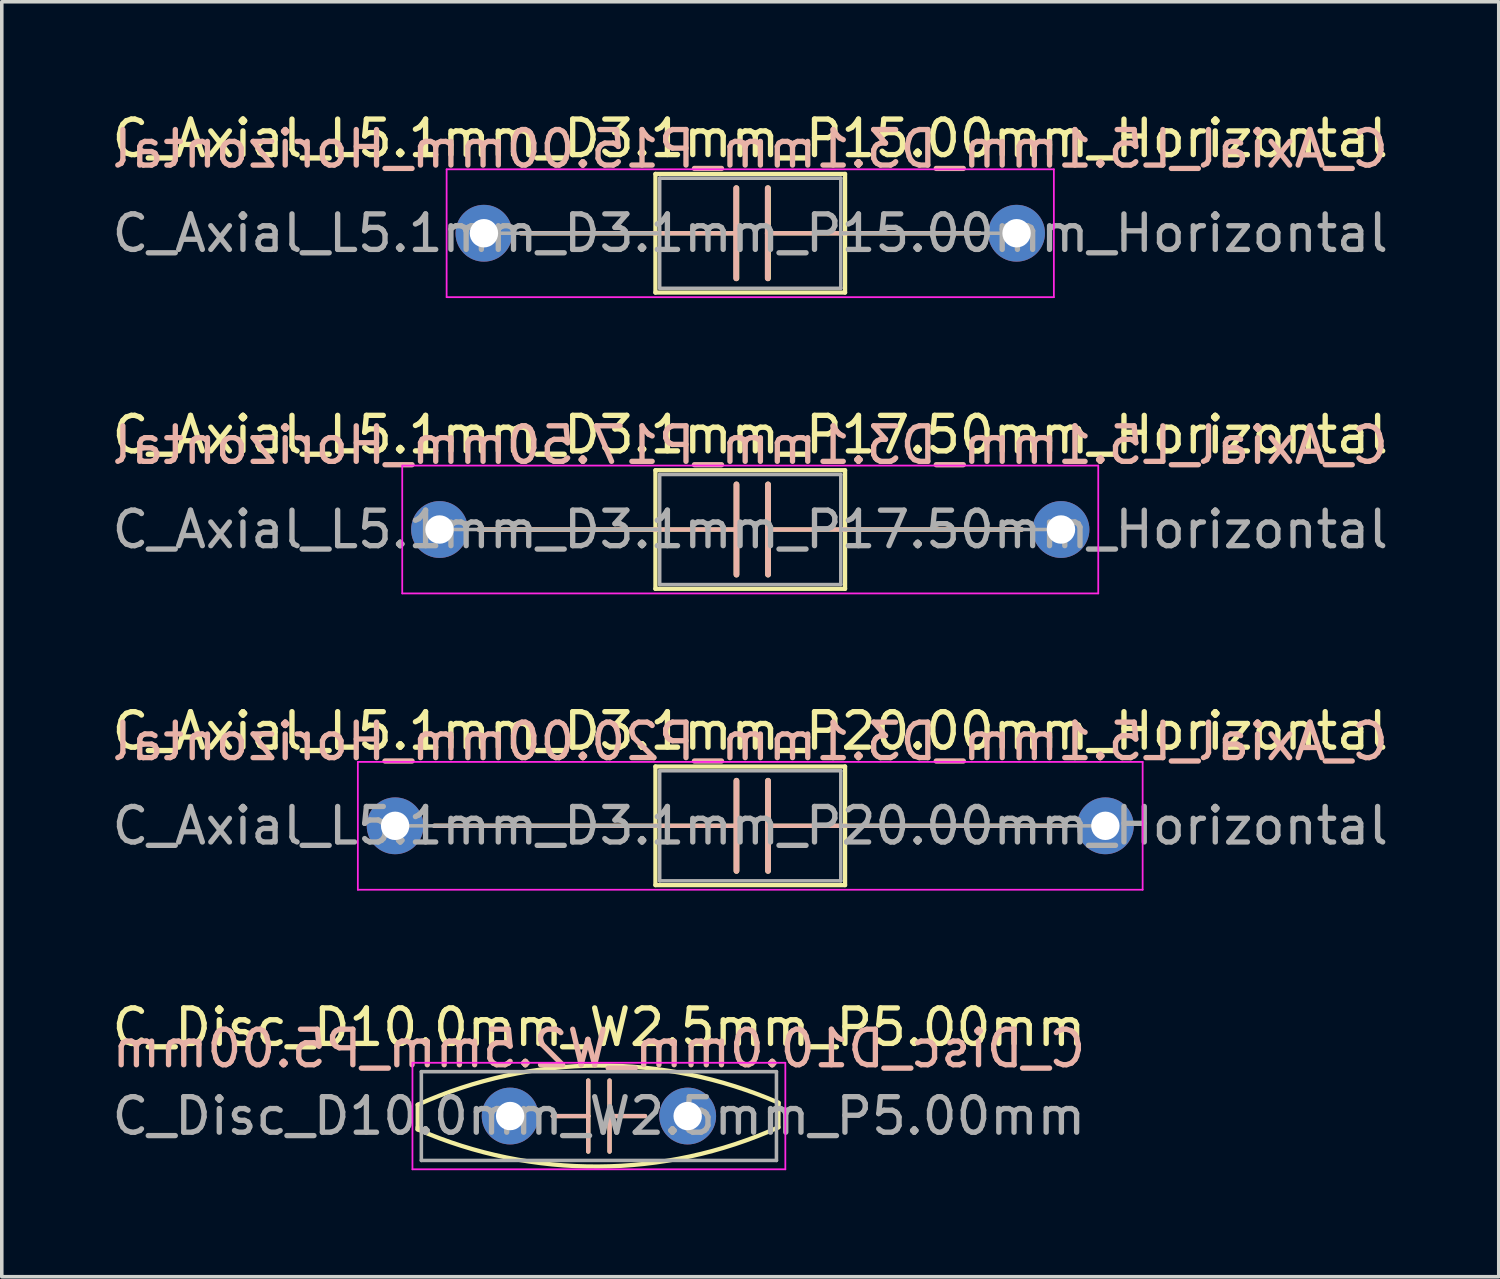
<source format=kicad_pcb>
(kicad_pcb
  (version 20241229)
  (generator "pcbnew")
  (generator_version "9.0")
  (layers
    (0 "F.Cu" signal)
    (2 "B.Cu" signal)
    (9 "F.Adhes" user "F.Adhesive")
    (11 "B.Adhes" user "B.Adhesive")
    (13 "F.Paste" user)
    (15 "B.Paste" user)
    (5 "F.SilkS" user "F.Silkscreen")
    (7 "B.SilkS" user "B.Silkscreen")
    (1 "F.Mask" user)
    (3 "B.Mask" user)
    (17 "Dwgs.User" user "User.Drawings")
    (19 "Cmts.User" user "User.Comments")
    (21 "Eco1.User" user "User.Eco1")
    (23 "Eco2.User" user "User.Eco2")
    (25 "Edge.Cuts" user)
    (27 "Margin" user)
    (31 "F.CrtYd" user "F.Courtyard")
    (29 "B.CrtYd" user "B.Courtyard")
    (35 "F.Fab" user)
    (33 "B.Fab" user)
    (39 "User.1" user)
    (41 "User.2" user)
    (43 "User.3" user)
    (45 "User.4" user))
  (footprint "C_Disc_D10.0mm_W2.5mm_P5.00mm"
    (layer "F.Cu")
    (at 11.315 28.378)
    (property "Reference" "C_Disc_D10.0mm_W2.5mm_P5.00mm" (at 2.5 -2.5 0) (layer "F.SilkS") (effects (font (size 1 1) (thickness 0.15))))
    (fp_line (start -2.603 -0.318) (end -2.603 0.318) (stroke (width 0.12) (type solid)) (layer "F.SilkS"))
    (fp_line (start -2.603 0.318) (end -2.606 0.375) (stroke (width 0.12) (type solid)) (layer "F.SilkS"))
    (fp_line (start 1.2 0) (end 2.2 0) (stroke (width 0.12) (type solid)) (layer "F.SilkS"))
    (fp_line (start 2.2 0) (end 2.2 -1) (stroke (width 0.12) (type solid)) (layer "F.SilkS"))
    (fp_line (start 2.2 0) (end 2.2 1) (stroke (width 0.12) (type solid)) (layer "F.SilkS"))
    (fp_line (start 2.8 -1) (end 2.8 1) (stroke (width 0.12) (type solid)) (layer "F.SilkS"))
    (fp_line (start 2.8 0) (end 3.8 0) (stroke (width 0.12) (type solid)) (layer "F.SilkS"))
    (fp_line (start 7.556 -0.318) (end 7.559 -0.375) (stroke (width 0.12) (type solid)) (layer "F.SilkS"))
    (fp_line (start 7.556 0.318) (end 7.556 -0.318) (stroke (width 0.12) (type solid)) (layer "F.SilkS"))
    (fp_arc (start -2.6035 -0.3175) (mid 2.471769 -1.421854) (end 7.559206 -0.374987) (stroke (width 0.12) (type solid)) (layer "F.SilkS"))
    (fp_arc (start 7.5565 0.3175) (mid 2.481231 1.421854) (end -2.606206 0.374987) (stroke (width 0.12) (type solid)) (layer "F.SilkS"))
    (fp_line (start 1.2 0) (end 2.2 0) (stroke (width 0.12) (type solid)) (layer "B.SilkS"))
    (fp_line (start 2.2 0) (end 2.2 -1) (stroke (width 0.12) (type solid)) (layer "B.SilkS"))
    (fp_line (start 2.2 0) (end 2.2 1) (stroke (width 0.12) (type solid)) (layer "B.SilkS"))
    (fp_line (start 2.8 0) (end 3.8 0) (stroke (width 0.12) (type solid)) (layer "B.SilkS"))
    (fp_line (start 2.8 1) (end 2.8 -1) (stroke (width 0.12) (type solid)) (layer "B.SilkS"))
    (fp_line (start -2.75 -1.5) (end -2.75 1.5) (stroke (width 0.05) (type solid)) (layer "F.CrtYd"))
    (fp_line (start -2.75 1.5) (end 7.75 1.5) (stroke (width 0.05) (type solid)) (layer "F.CrtYd"))
    (fp_line (start 7.75 -1.5) (end -2.75 -1.5) (stroke (width 0.05) (type solid)) (layer "F.CrtYd"))
    (fp_line (start 7.75 1.5) (end 7.75 -1.5) (stroke (width 0.05) (type solid)) (layer "F.CrtYd"))
    (fp_line (start -2.5 -1.25) (end -2.5 1.25) (stroke (width 0.1) (type solid)) (layer "F.Fab"))
    (fp_line (start -2.5 1.25) (end 7.5 1.25) (stroke (width 0.1) (type solid)) (layer "F.Fab"))
    (fp_line (start 7.5 -1.25) (end -2.5 -1.25) (stroke (width 0.1) (type solid)) (layer "F.Fab"))
    (fp_line (start 7.5 1.25) (end 7.5 -1.25) (stroke (width 0.1) (type solid)) (layer "F.Fab"))
    (fp_text user "${REFERENCE}" (at 2.5 -1.9 0) (layer "B.SilkS") (effects (font (size 1 1) (thickness 0.15)) (justify mirror)))
    (fp_text user "${REFERENCE}" (at 2.5 0 0) (layer "F.Fab") (effects (font (size 1 1) (thickness 0.15))))
    (pad "1" thru_hole circle (at 0 0) (size 1.6 1.6) (drill 0.8) (layers "*.Cu" "*.Mask"))
    (pad "2" thru_hole circle (at 5 0) (size 1.6 1.6) (drill 0.8) (layers "*.Cu" "*.Mask")))
  (footprint "C_Axial_L5.1mm_D3.1mm_P20.00mm_Horizontal"
    (layer "F.Cu")
    (at 8.077 20.205)
    (property "Reference" "C_Axial_L5.1mm_D3.1mm_P20.00mm_Horizontal" (at 10 -2.67 0) (layer "F.SilkS") (effects (font (size 1 1) (thickness 0.15))))
    (fp_line (start 1.1 0) (end 7.33 0) (stroke (width 0.12) (type solid)) (layer "F.SilkS"))
    (fp_line (start 7.33 -1.67) (end 7.33 1.67) (stroke (width 0.12) (type solid)) (layer "F.SilkS"))
    (fp_line (start 7.33 0) (end 9.612 0) (stroke (width 0.12) (type solid)) (layer "F.SilkS"))
    (fp_line (start 7.33 1.67) (end 12.67 1.67) (stroke (width 0.12) (type solid)) (layer "F.SilkS"))
    (fp_line (start 9.612 0) (end 9.612 -1.27) (stroke (width 0.16) (type solid)) (layer "F.SilkS"))
    (fp_line (start 9.612 0) (end 9.612 1.27) (stroke (width 0.16) (type solid)) (layer "F.SilkS"))
    (fp_line (start 10.501 0) (end 10.501 -1.27) (stroke (width 0.16) (type solid)) (layer "F.SilkS"))
    (fp_line (start 10.501 0) (end 10.501 1.27) (stroke (width 0.16) (type solid)) (layer "F.SilkS"))
    (fp_line (start 12.67 -1.67) (end 7.33 -1.67) (stroke (width 0.12) (type solid)) (layer "F.SilkS"))
    (fp_line (start 12.67 0) (end 10.501 0) (stroke (width 0.12) (type solid)) (layer "F.SilkS"))
    (fp_line (start 12.67 1.67) (end 12.67 -1.67) (stroke (width 0.12) (type solid)) (layer "F.SilkS"))
    (fp_line (start 18.9 0) (end 12.67 0) (stroke (width 0.12) (type solid)) (layer "F.SilkS"))
    (fp_line (start 1.1 0) (end 7.33 0) (stroke (width 0.12) (type solid)) (layer "B.SilkS"))
    (fp_line (start 7.33 0) (end 9.612 0) (stroke (width 0.12) (type solid)) (layer "B.SilkS"))
    (fp_line (start 9.612 0) (end 9.612 -1.27) (stroke (width 0.16) (type solid)) (layer "B.SilkS"))
    (fp_line (start 9.612 0) (end 9.612 1.27) (stroke (width 0.16) (type solid)) (layer "B.SilkS"))
    (fp_line (start 10.501 0) (end 10.501 -1.27) (stroke (width 0.16) (type solid)) (layer "B.SilkS"))
    (fp_line (start 10.501 0) (end 10.501 1.27) (stroke (width 0.16) (type solid)) (layer "B.SilkS"))
    (fp_line (start 12.67 0) (end 10.501 0) (stroke (width 0.12) (type solid)) (layer "B.SilkS"))
    (fp_line (start 18.9 0) (end 12.67 0) (stroke (width 0.12) (type solid)) (layer "B.SilkS"))
    (fp_line (start -1.05 -1.8) (end -1.05 1.8) (stroke (width 0.05) (type solid)) (layer "F.CrtYd"))
    (fp_line (start -1.05 1.8) (end 21.05 1.8) (stroke (width 0.05) (type solid)) (layer "F.CrtYd"))
    (fp_line (start 21.05 -1.8) (end -1.05 -1.8) (stroke (width 0.05) (type solid)) (layer "F.CrtYd"))
    (fp_line (start 21.05 1.8) (end 21.05 -1.8) (stroke (width 0.05) (type solid)) (layer "F.CrtYd"))
    (fp_line (start 0 0) (end 7.45 0) (stroke (width 0.1) (type solid)) (layer "F.Fab"))
    (fp_line (start 7.45 -1.55) (end 7.45 1.55) (stroke (width 0.1) (type solid)) (layer "F.Fab"))
    (fp_line (start 7.45 1.55) (end 12.55 1.55) (stroke (width 0.1) (type solid)) (layer "F.Fab"))
    (fp_line (start 12.55 -1.55) (end 7.45 -1.55) (stroke (width 0.1) (type solid)) (layer "F.Fab"))
    (fp_line (start 12.55 1.55) (end 12.55 -1.55) (stroke (width 0.1) (type solid)) (layer "F.Fab"))
    (fp_line (start 20 0) (end 12.55 0) (stroke (width 0.1) (type solid)) (layer "F.Fab"))
    (fp_text user "${REFERENCE}" (at 10 -2.375 0) (layer "B.SilkS") (effects (font (size 1 1) (thickness 0.15)) (justify mirror)))
    (fp_text user "${REFERENCE}" (at 10 0 0) (layer "F.Fab") (effects (font (size 1 1) (thickness 0.15))))
    (pad "1" thru_hole circle (at 0 0) (size 1.6 1.6) (drill 0.8) (layers "*.Cu" "*.Mask"))
    (pad "2" thru_hole oval (at 20 0) (size 1.6 1.6) (drill 0.8) (layers "*.Cu" "*.Mask")))
  (footprint "C_Axial_L5.1mm_D3.1mm_P17.50mm_Horizontal"
    (layer "F.Cu")
    (at 9.327 11.861)
    (property "Reference" "C_Axial_L5.1mm_D3.1mm_P17.50mm_Horizontal" (at 8.75 -2.67 0) (layer "F.SilkS") (effects (font (size 1 1) (thickness 0.15))))
    (fp_line (start 1.1 0) (end 6.08 0) (stroke (width 0.12) (type solid)) (layer "F.SilkS"))
    (fp_line (start 6.08 -1.67) (end 6.08 1.67) (stroke (width 0.12) (type solid)) (layer "F.SilkS"))
    (fp_line (start 6.08 0) (end 8.362 0) (stroke (width 0.12) (type solid)) (layer "F.SilkS"))
    (fp_line (start 6.08 1.67) (end 11.42 1.67) (stroke (width 0.12) (type solid)) (layer "F.SilkS"))
    (fp_line (start 8.362 0) (end 8.362 -1.27) (stroke (width 0.16) (type solid)) (layer "F.SilkS"))
    (fp_line (start 8.362 0) (end 8.362 1.27) (stroke (width 0.16) (type solid)) (layer "F.SilkS"))
    (fp_line (start 9.251 0) (end 9.251 -1.27) (stroke (width 0.16) (type solid)) (layer "F.SilkS"))
    (fp_line (start 9.251 0) (end 9.251 1.27) (stroke (width 0.16) (type solid)) (layer "F.SilkS"))
    (fp_line (start 11.42 -1.67) (end 6.08 -1.67) (stroke (width 0.12) (type solid)) (layer "F.SilkS"))
    (fp_line (start 11.42 1.67) (end 11.42 -1.67) (stroke (width 0.12) (type solid)) (layer "F.SilkS"))
    (fp_line (start 11.43 0) (end 9.251 0) (stroke (width 0.12) (type solid)) (layer "F.SilkS"))
    (fp_line (start 16.4 0) (end 11.42 0) (stroke (width 0.12) (type solid)) (layer "F.SilkS"))
    (fp_line (start 1.1 0) (end 6.08 0) (stroke (width 0.12) (type solid)) (layer "B.SilkS"))
    (fp_line (start 6.08 0) (end 8.362 0) (stroke (width 0.12) (type solid)) (layer "B.SilkS"))
    (fp_line (start 8.362 0) (end 8.362 -1.27) (stroke (width 0.16) (type solid)) (layer "B.SilkS"))
    (fp_line (start 8.362 0) (end 8.362 1.27) (stroke (width 0.16) (type solid)) (layer "B.SilkS"))
    (fp_line (start 9.251 0) (end 9.251 -1.27) (stroke (width 0.16) (type solid)) (layer "B.SilkS"))
    (fp_line (start 9.251 0) (end 9.251 1.27) (stroke (width 0.16) (type solid)) (layer "B.SilkS"))
    (fp_line (start 11.43 0) (end 9.251 0) (stroke (width 0.12) (type solid)) (layer "B.SilkS"))
    (fp_line (start 16.4 0) (end 11.42 0) (stroke (width 0.12) (type solid)) (layer "B.SilkS"))
    (fp_line (start -1.05 -1.8) (end -1.05 1.8) (stroke (width 0.05) (type solid)) (layer "F.CrtYd"))
    (fp_line (start -1.05 1.8) (end 18.55 1.8) (stroke (width 0.05) (type solid)) (layer "F.CrtYd"))
    (fp_line (start 18.55 -1.8) (end -1.05 -1.8) (stroke (width 0.05) (type solid)) (layer "F.CrtYd"))
    (fp_line (start 18.55 1.8) (end 18.55 -1.8) (stroke (width 0.05) (type solid)) (layer "F.CrtYd"))
    (fp_line (start 0 0) (end 6.2 0) (stroke (width 0.1) (type solid)) (layer "F.Fab"))
    (fp_line (start 6.2 -1.55) (end 6.2 1.55) (stroke (width 0.1) (type solid)) (layer "F.Fab"))
    (fp_line (start 6.2 1.55) (end 11.3 1.55) (stroke (width 0.1) (type solid)) (layer "F.Fab"))
    (fp_line (start 11.3 -1.55) (end 6.2 -1.55) (stroke (width 0.1) (type solid)) (layer "F.Fab"))
    (fp_line (start 11.3 1.55) (end 11.3 -1.55) (stroke (width 0.1) (type solid)) (layer "F.Fab"))
    (fp_line (start 17.5 0) (end 11.3 0) (stroke (width 0.1) (type solid)) (layer "F.Fab"))
    (fp_text user "${REFERENCE}" (at 8.75 -2.375 0) (layer "B.SilkS") (effects (font (size 1 1) (thickness 0.15)) (justify mirror)))
    (fp_text user "${REFERENCE}" (at 8.75 0 0) (layer "F.Fab") (effects (font (size 1 1) (thickness 0.15))))
    (pad "1" thru_hole circle (at 0 0) (size 1.6 1.6) (drill 0.8) (layers "*.Cu" "*.Mask"))
    (pad "2" thru_hole oval (at 17.5 0) (size 1.6 1.6) (drill 0.8) (layers "*.Cu" "*.Mask")))
  (footprint "C_Axial_L5.1mm_D3.1mm_P15.00mm_Horizontal"
    (layer "F.Cu")
    (at 10.577 3.518)
    (property "Reference" "C_Axial_L5.1mm_D3.1mm_P15.00mm_Horizontal" (at 7.5 -2.67 0) (layer "F.SilkS") (effects (font (size 1 1) (thickness 0.15))))
    (fp_line (start 1.04 0) (end 4.83 0) (stroke (width 0.12) (type solid)) (layer "F.SilkS"))
    (fp_line (start 4.826 0) (end 7.112 0) (stroke (width 0.12) (type solid)) (layer "F.SilkS"))
    (fp_line (start 4.83 -1.67) (end 4.83 1.67) (stroke (width 0.12) (type solid)) (layer "F.SilkS"))
    (fp_line (start 4.83 1.67) (end 10.17 1.67) (stroke (width 0.12) (type solid)) (layer "F.SilkS"))
    (fp_line (start 7.112 0) (end 7.112 -1.27) (stroke (width 0.16) (type solid)) (layer "F.SilkS"))
    (fp_line (start 7.112 0) (end 7.112 1.27) (stroke (width 0.16) (type solid)) (layer "F.SilkS"))
    (fp_line (start 8.001 0) (end 8.001 -1.27) (stroke (width 0.16) (type solid)) (layer "F.SilkS"))
    (fp_line (start 8.001 0) (end 8.001 1.27) (stroke (width 0.16) (type solid)) (layer "F.SilkS"))
    (fp_line (start 10.17 -1.67) (end 4.83 -1.67) (stroke (width 0.12) (type solid)) (layer "F.SilkS"))
    (fp_line (start 10.17 0) (end 8.001 0) (stroke (width 0.12) (type solid)) (layer "F.SilkS"))
    (fp_line (start 10.17 1.67) (end 10.17 -1.67) (stroke (width 0.12) (type solid)) (layer "F.SilkS"))
    (fp_line (start 13.96 0) (end 10.17 0) (stroke (width 0.12) (type solid)) (layer "F.SilkS"))
    (fp_line (start 1.03 0) (end 4.82 0) (stroke (width 0.12) (type solid)) (layer "B.SilkS"))
    (fp_line (start 4.816 0) (end 7.102 0) (stroke (width 0.12) (type solid)) (layer "B.SilkS"))
    (fp_line (start 7.102 0) (end 7.102 -1.27) (stroke (width 0.16) (type solid)) (layer "B.SilkS"))
    (fp_line (start 7.102 0) (end 7.102 1.27) (stroke (width 0.16) (type solid)) (layer "B.SilkS"))
    (fp_line (start 7.991 0) (end 7.991 -1.27) (stroke (width 0.16) (type solid)) (layer "B.SilkS"))
    (fp_line (start 7.991 0) (end 7.991 1.27) (stroke (width 0.16) (type solid)) (layer "B.SilkS"))
    (fp_line (start 10.16 0) (end 7.991 0) (stroke (width 0.12) (type solid)) (layer "B.SilkS"))
    (fp_line (start 13.95 0) (end 10.16 0) (stroke (width 0.12) (type solid)) (layer "B.SilkS"))
    (fp_line (start -1.05 -1.8) (end -1.05 1.8) (stroke (width 0.05) (type solid)) (layer "F.CrtYd"))
    (fp_line (start -1.05 1.8) (end 16.05 1.8) (stroke (width 0.05) (type solid)) (layer "F.CrtYd"))
    (fp_line (start 16.05 -1.8) (end -1.05 -1.8) (stroke (width 0.05) (type solid)) (layer "F.CrtYd"))
    (fp_line (start 16.05 1.8) (end 16.05 -1.8) (stroke (width 0.05) (type solid)) (layer "F.CrtYd"))
    (fp_line (start 0 0) (end 4.95 0) (stroke (width 0.1) (type solid)) (layer "F.Fab"))
    (fp_line (start 4.95 -1.55) (end 4.95 1.55) (stroke (width 0.1) (type solid)) (layer "F.Fab"))
    (fp_line (start 4.95 1.55) (end 10.05 1.55) (stroke (width 0.1) (type solid)) (layer "F.Fab"))
    (fp_line (start 10.05 -1.55) (end 4.95 -1.55) (stroke (width 0.1) (type solid)) (layer "F.Fab"))
    (fp_line (start 10.05 1.55) (end 10.05 -1.55) (stroke (width 0.1) (type solid)) (layer "F.Fab"))
    (fp_line (start 15 0) (end 10.05 0) (stroke (width 0.1) (type solid)) (layer "F.Fab"))
    (fp_text user "${REFERENCE}" (at 7.5 -2.375 0) (layer "B.SilkS") (effects (font (size 1 1) (thickness 0.15)) (justify mirror)))
    (fp_text user "${REFERENCE}" (at 7.5 0 0) (layer "F.Fab") (effects (font (size 1 1) (thickness 0.15))))
    (pad "1" thru_hole circle (at 0 0) (size 1.6 1.6) (drill 0.8) (layers "*.Cu" "*.Mask"))
    (pad "2" thru_hole oval (at 15 0) (size 1.6 1.6) (drill 0.8) (layers "*.Cu" "*.Mask")))
  (gr_rect
    (start -3 -3)
    (end 39.155 32.903)
    (stroke (width 0.1) (type default))
    (fill no)
    (layer "Edge.Cuts")))
</source>
